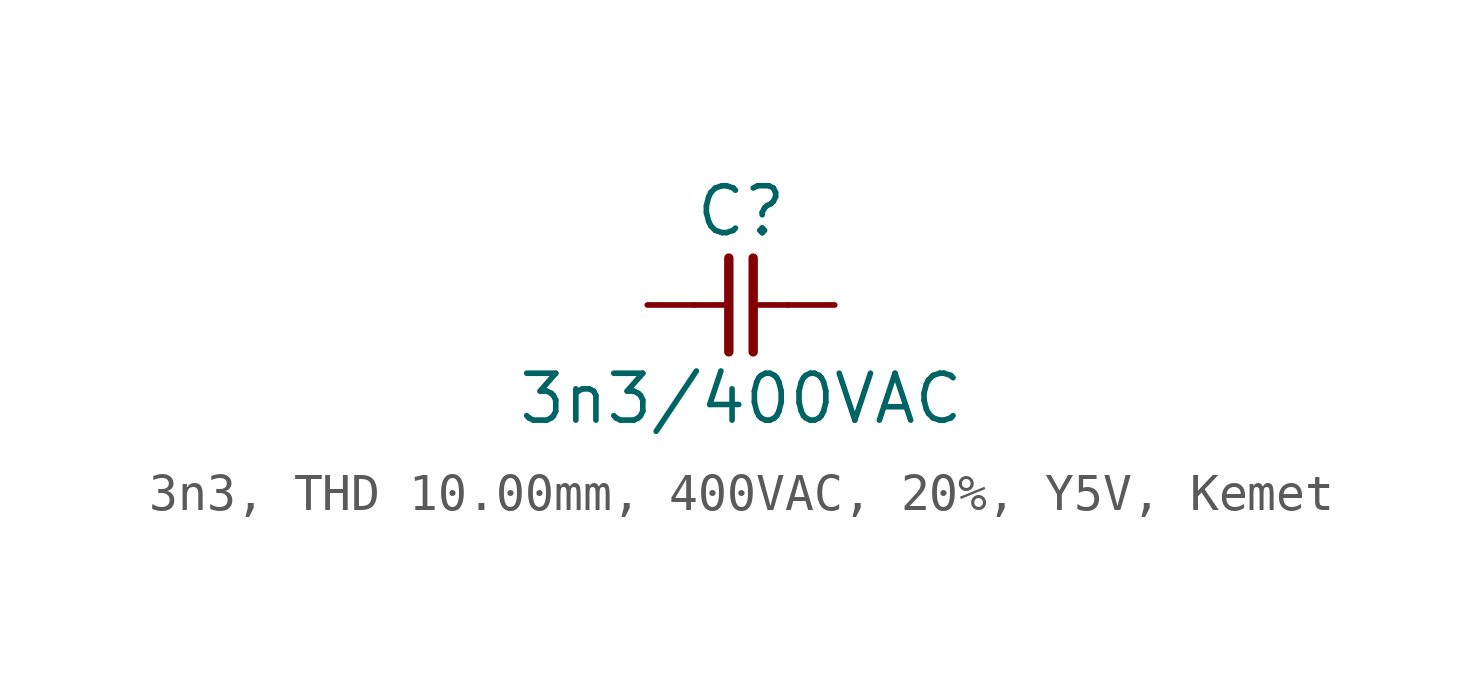
<source format=kicad_sym>
(kicad_symbol_lib
  (version 20241209)
  (generator "kicad_symbol_editor")
  (generator_version "9.0")
  (symbol "3n3, THD 10.00mm, 400VAC, 20%, Y5V, Kemet"
    (pin_numbers
      (hide yes))
    (pin_names
      (offset 0)
      (hide yes))
    (property "Reference" "C"
      (at 0 2.54 0)
      (effects (font (size 1.27 1.27))))
    (property "Value" "3n3/400VAC"
      (at 0 -2.54 0)
      (effects (font (size 1.27 1.27))))
    (symbol "3n3, THD 10.00mm, 400VAC, 20%, Y5V, Kemet_0_1"
      (polyline (pts (xy -0.33 1.27) (xy -0.33 -1.27)) (stroke (width 0.254) (type default)) (fill (type none)))
      (polyline (pts (xy -0.318 0) (xy -1.27 0)) (stroke (width 0) (type default)) (fill (type none)))
      (polyline (pts (xy 0.33 1.27) (xy 0.33 -1.27)) (stroke (width 0.254) (type default)) (fill (type none)))
      (polyline (pts (xy 1.27 0) (xy 0.318 0)) (stroke (width 0) (type default)) (fill (type none))))
    (symbol "3n3, THD 10.00mm, 400VAC, 20%, Y5V, Kemet_1_1"
      (pin passive line (at -2.54 0 0) (length 1.27) (name "1" (effects (font (size 1.27 1.27)))) (number "1" (effects (font (size 1.27 1.27)))))
      (pin passive line (at 2.54 0 180) (length 1.27) (name "2" (effects (font (size 1.27 1.27)))) (number "2" (effects (font (size 1.27 1.27))))))))
</source>
